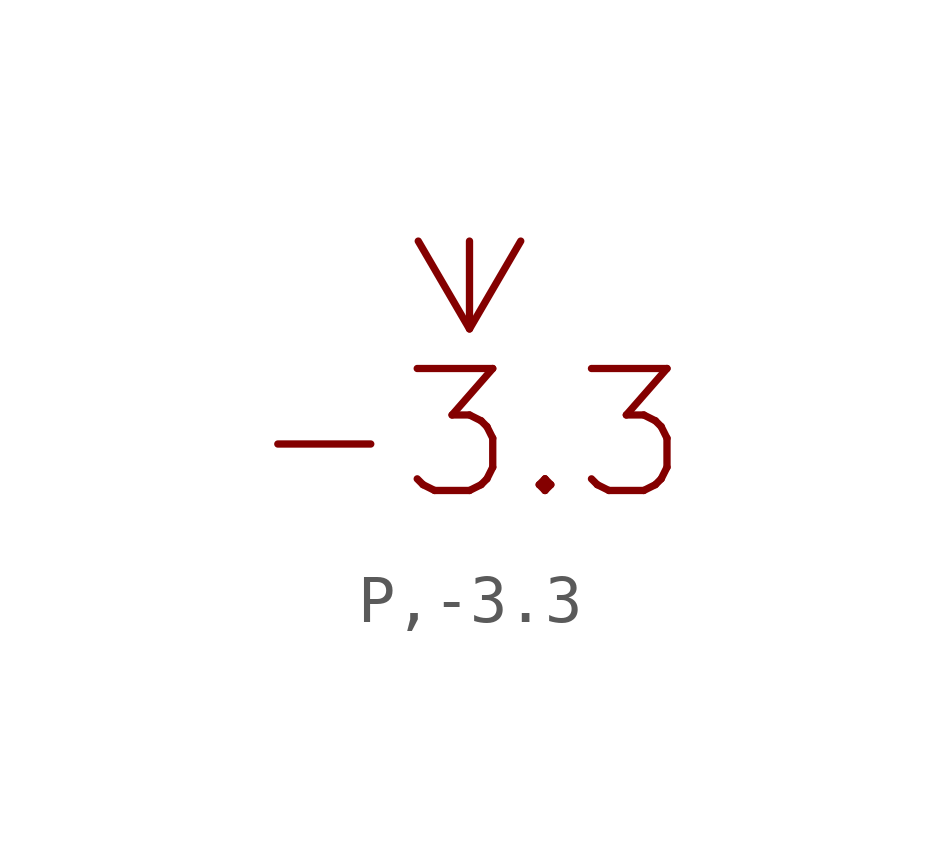
<source format=kicad_sym>
(kicad_symbol_lib
  (version 20211014)
  (generator kicad_symbol_editor)
  (symbol "P,-3.3"
    (power)
    (pin_numbers hide)
    (pin_names
      (offset 1.27) hide)
    (property "Reference" "#PWR"
      (at 2.54 0 0)
      (effects (font (size 2.54 2.54)) (justify left) hide))
    (symbol "P,-3.3_1_1"
      (polyline (pts (xy 0 0) (xy 0 -1.829)) (stroke (width 0) (type default) (color 0 0 0 0)) (fill (type none)))
      (polyline (pts (xy -1.067 0) (xy 0 -1.829) (xy 1.067 0)) (stroke (width 0) (type default) (color 0 0 0 0)) (fill (type none)))
      (text "-3.3" (at 0 -2.54 0) (effects (font (size 2.54 2.54)) (justify top)))
      (pin power_in line (at 0 0 0) (length 0) hide (name "-3.3" (effects (font (size 2.54 2.54)))) (number "0" (effects (font (size 0 0))))))))
</source>
